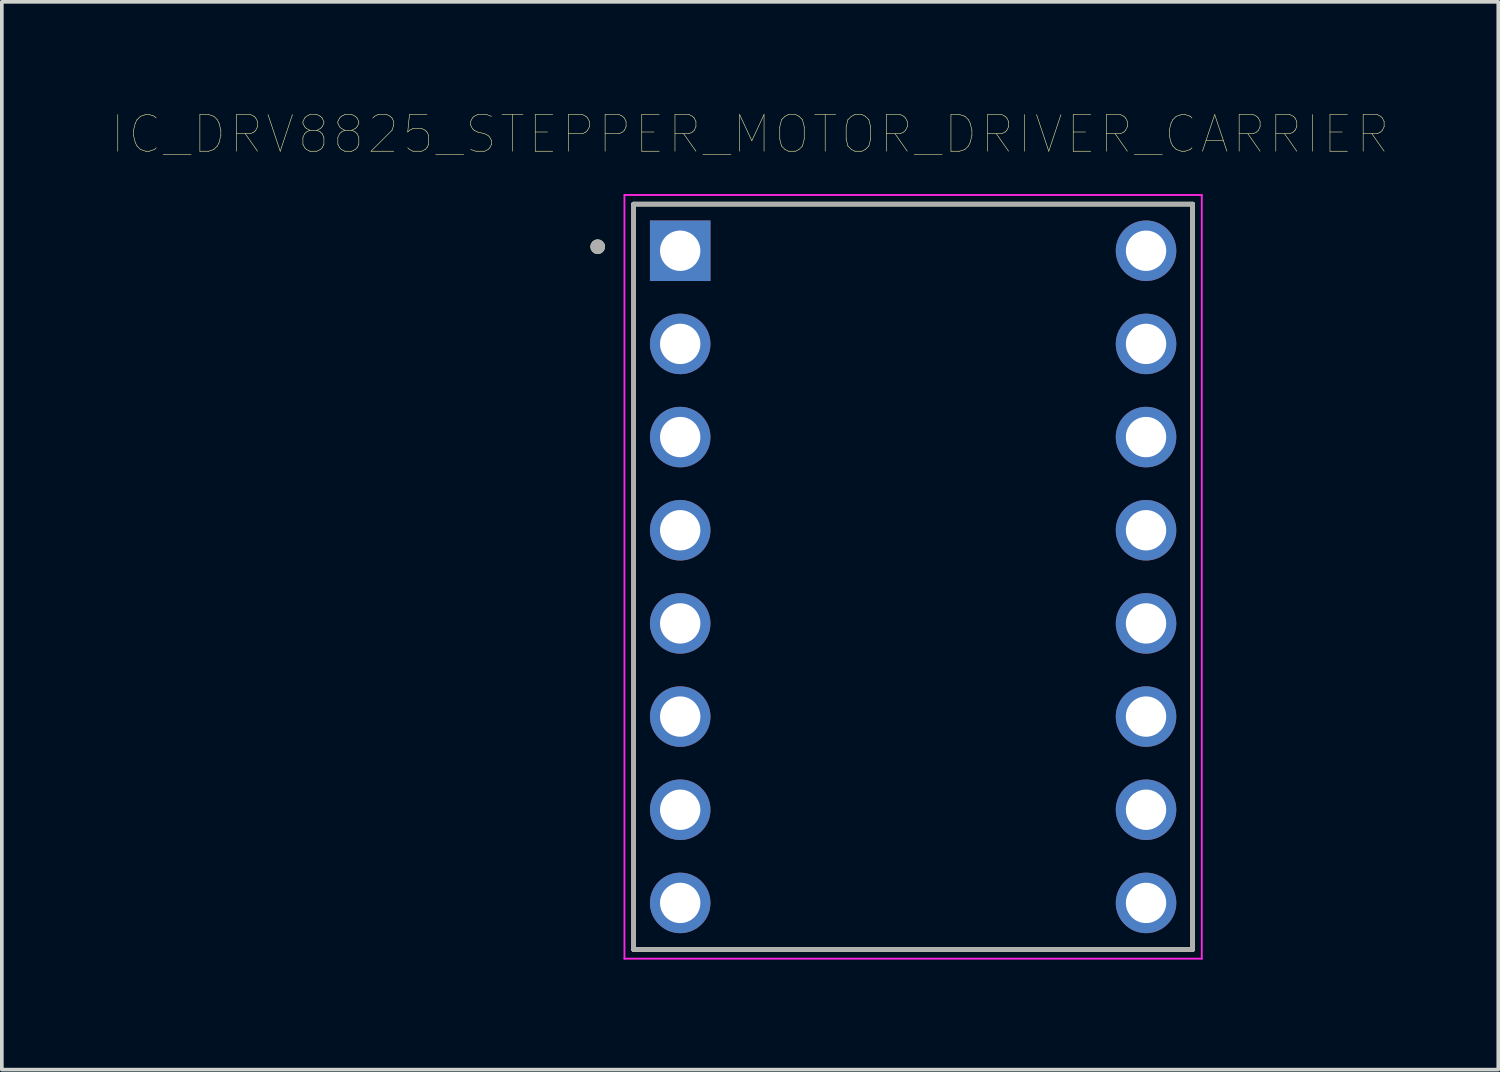
<source format=kicad_pcb>
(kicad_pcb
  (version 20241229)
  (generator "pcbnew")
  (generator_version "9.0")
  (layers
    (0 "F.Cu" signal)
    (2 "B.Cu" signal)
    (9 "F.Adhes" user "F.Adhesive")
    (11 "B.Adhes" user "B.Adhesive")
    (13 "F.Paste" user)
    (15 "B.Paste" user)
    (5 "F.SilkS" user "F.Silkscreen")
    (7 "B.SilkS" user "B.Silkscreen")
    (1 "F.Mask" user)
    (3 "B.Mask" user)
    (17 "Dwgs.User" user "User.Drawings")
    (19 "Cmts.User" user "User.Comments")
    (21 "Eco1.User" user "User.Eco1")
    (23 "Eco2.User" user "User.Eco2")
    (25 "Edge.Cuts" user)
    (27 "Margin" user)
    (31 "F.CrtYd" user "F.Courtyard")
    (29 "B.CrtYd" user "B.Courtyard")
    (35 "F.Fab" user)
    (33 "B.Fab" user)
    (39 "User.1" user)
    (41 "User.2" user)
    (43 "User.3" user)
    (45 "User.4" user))
  (footprint "IC_DRV8825_STEPPER_MOTOR_DRIVER_CARRIER"
    (layer "F.Cu")
    (at 21.844 12.676)
    (property "Reference" "IC_DRV8825_STEPPER_MOTOR_DRIVER_CARRIER" (at -4.445 -12.065 0) (layer "F.SilkS") (effects (font (size 1 1) (thickness 0.015))))
    (attr through_hole)
    (fp_line (start -7.62 -10.16) (end 7.62 -10.16) (stroke (width 0.127) (type solid)) (layer "F.SilkS"))
    (fp_line (start -7.62 10.16) (end -7.62 -10.16) (stroke (width 0.127) (type solid)) (layer "F.SilkS"))
    (fp_line (start 7.62 -10.16) (end 7.62 10.16) (stroke (width 0.127) (type solid)) (layer "F.SilkS"))
    (fp_line (start 7.62 10.16) (end -7.62 10.16) (stroke (width 0.127) (type solid)) (layer "F.SilkS"))
    (fp_circle (center -8.6 -9) (end -8.5 -9) (stroke (width 0.2) (type solid)) (fill no) (layer "F.SilkS"))
    (fp_line (start -7.87 -10.41) (end 7.87 -10.41) (stroke (width 0.05) (type solid)) (layer "F.CrtYd"))
    (fp_line (start -7.87 10.41) (end -7.87 -10.41) (stroke (width 0.05) (type solid)) (layer "F.CrtYd"))
    (fp_line (start 7.87 -10.41) (end 7.87 10.41) (stroke (width 0.05) (type solid)) (layer "F.CrtYd"))
    (fp_line (start 7.87 10.41) (end -7.87 10.41) (stroke (width 0.05) (type solid)) (layer "F.CrtYd"))
    (fp_line (start -7.62 -10.16) (end 7.62 -10.16) (stroke (width 0.127) (type solid)) (layer "F.Fab"))
    (fp_line (start -7.62 10.16) (end -7.62 -10.16) (stroke (width 0.127) (type solid)) (layer "F.Fab"))
    (fp_line (start 7.62 -10.16) (end 7.62 10.16) (stroke (width 0.127) (type solid)) (layer "F.Fab"))
    (fp_line (start 7.62 10.16) (end -7.62 10.16) (stroke (width 0.127) (type solid)) (layer "F.Fab"))
    (fp_circle (center -8.6 -9) (end -8.5 -9) (stroke (width 0.2) (type solid)) (fill no) (layer "F.Fab"))
    (pad "1" thru_hole rect (at -6.35 -8.89) (size 1.65 1.65) (drill 1.1) (layers "*.Cu" "*.Mask"))
    (pad "2" thru_hole circle (at -6.35 -6.35) (size 1.65 1.65) (drill 1.1) (layers "*.Cu" "*.Mask"))
    (pad "3" thru_hole circle (at -6.35 -3.81) (size 1.65 1.65) (drill 1.1) (layers "*.Cu" "*.Mask"))
    (pad "4" thru_hole circle (at -6.35 -1.27) (size 1.65 1.65) (drill 1.1) (layers "*.Cu" "*.Mask"))
    (pad "5" thru_hole circle (at -6.35 1.27) (size 1.65 1.65) (drill 1.1) (layers "*.Cu" "*.Mask"))
    (pad "6" thru_hole circle (at -6.35 3.81) (size 1.65 1.65) (drill 1.1) (layers "*.Cu" "*.Mask"))
    (pad "7" thru_hole circle (at -6.35 6.35) (size 1.65 1.65) (drill 1.1) (layers "*.Cu" "*.Mask"))
    (pad "8" thru_hole circle (at -6.35 8.89) (size 1.65 1.65) (drill 1.1) (layers "*.Cu" "*.Mask"))
    (pad "9" thru_hole circle (at 6.35 8.89) (size 1.65 1.65) (drill 1.1) (layers "*.Cu" "*.Mask"))
    (pad "10" thru_hole circle (at 6.35 6.35) (size 1.65 1.65) (drill 1.1) (layers "*.Cu" "*.Mask"))
    (pad "11" thru_hole circle (at 6.35 3.81) (size 1.65 1.65) (drill 1.1) (layers "*.Cu" "*.Mask"))
    (pad "12" thru_hole circle (at 6.35 1.27) (size 1.65 1.65) (drill 1.1) (layers "*.Cu" "*.Mask"))
    (pad "13" thru_hole circle (at 6.35 -1.27) (size 1.65 1.65) (drill 1.1) (layers "*.Cu" "*.Mask"))
    (pad "14" thru_hole circle (at 6.35 -3.81) (size 1.65 1.65) (drill 1.1) (layers "*.Cu" "*.Mask"))
    (pad "15" thru_hole circle (at 6.35 -6.35) (size 1.65 1.65) (drill 1.1) (layers "*.Cu" "*.Mask"))
    (pad "16" thru_hole circle (at 6.35 -8.89) (size 1.65 1.65) (drill 1.1) (layers "*.Cu" "*.Mask")))
  (gr_rect
    (start -3 -3)
    (end 37.797 26.111)
    (stroke (width 0.1) (type default))
    (fill no)
    (layer "Edge.Cuts")))
</source>
